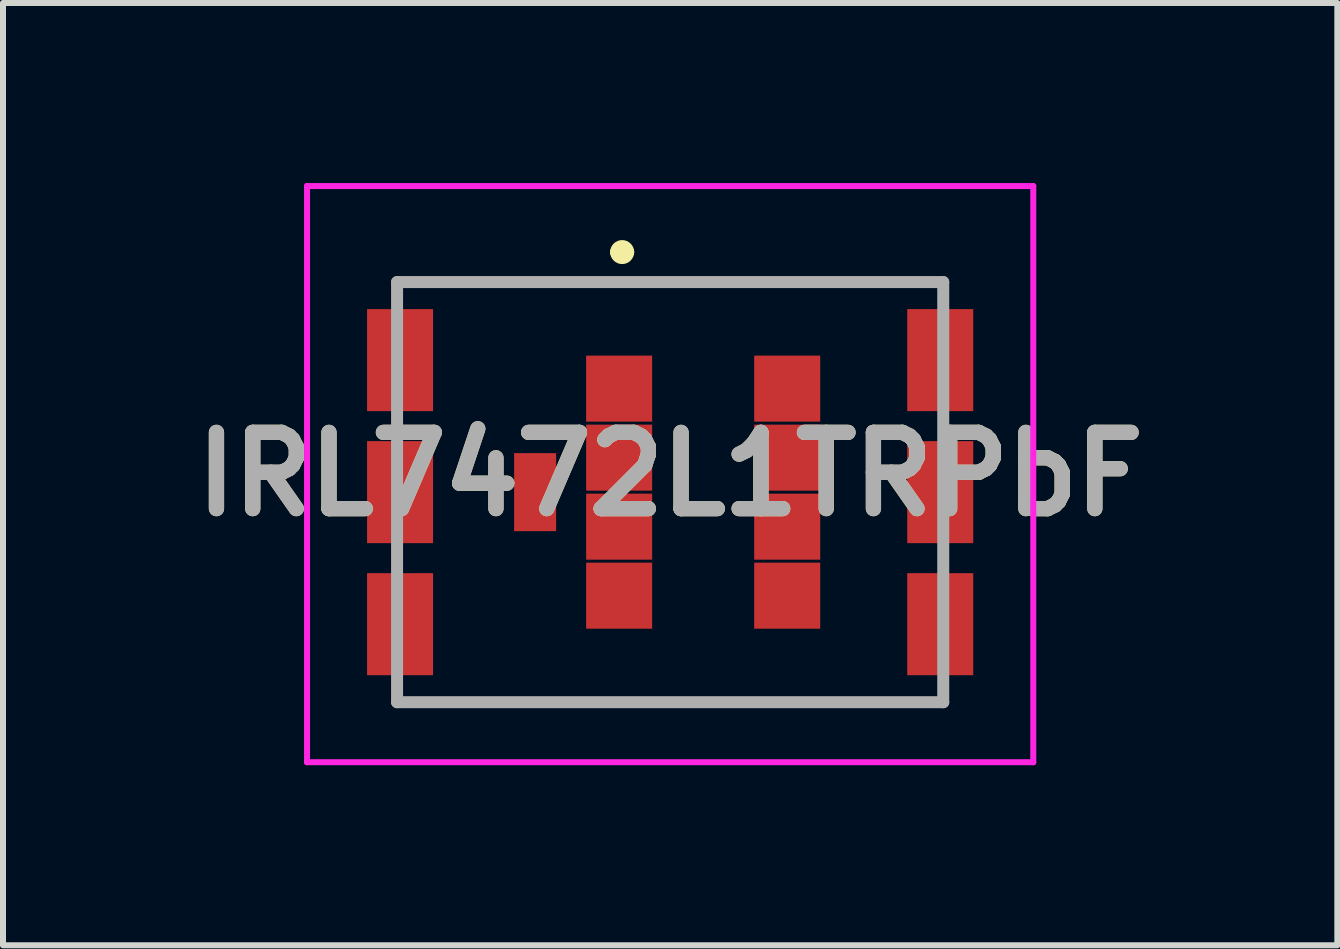
<source format=kicad_pcb>
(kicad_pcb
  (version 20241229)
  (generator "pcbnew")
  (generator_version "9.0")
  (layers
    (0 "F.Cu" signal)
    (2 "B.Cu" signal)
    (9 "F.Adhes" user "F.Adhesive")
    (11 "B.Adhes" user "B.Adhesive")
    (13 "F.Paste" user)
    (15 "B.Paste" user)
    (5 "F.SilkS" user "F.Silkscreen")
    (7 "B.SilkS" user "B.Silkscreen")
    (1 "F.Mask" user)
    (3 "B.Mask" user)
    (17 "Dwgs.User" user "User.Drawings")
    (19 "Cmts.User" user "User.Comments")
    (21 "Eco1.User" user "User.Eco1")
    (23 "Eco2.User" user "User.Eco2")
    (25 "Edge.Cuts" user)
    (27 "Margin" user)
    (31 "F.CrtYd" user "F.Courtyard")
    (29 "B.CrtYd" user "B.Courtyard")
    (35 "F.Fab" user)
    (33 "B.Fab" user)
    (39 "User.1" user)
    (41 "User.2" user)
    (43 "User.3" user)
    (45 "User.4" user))
  (footprint "IRL7472L1TRPbF"
    (layer "F.Cu")
    (at 8.116 4.85)
    (property "Reference" "IRL7472L1TRPbF" (at 0 0 0) (layer "F.SilkS") (effects (font (size 1.27 1.27) (thickness 0.254))))
    (attr smd)
    (fp_line (start -4.55 -3.2) (end 4.5 -3.2) (stroke (width 0.1) (type solid)) (layer "F.SilkS"))
    (fp_line (start -4.55 3.8) (end 4.55 3.8) (stroke (width 0.1) (type solid)) (layer "F.SilkS"))
    (fp_line (start -0.9 -3.7) (end -0.9 -3.7) (stroke (width 0.2) (type solid)) (layer "F.SilkS"))
    (fp_line (start -0.7 -3.7) (end -0.7 -3.7) (stroke (width 0.2) (type solid)) (layer "F.SilkS"))
    (fp_arc (start -0.9 -3.7) (mid -0.8 -3.8) (end -0.7 -3.7) (stroke (width 0.2) (type solid)) (layer "F.SilkS"))
    (fp_arc (start -0.7 -3.7) (mid -0.8 -3.6) (end -0.9 -3.7) (stroke (width 0.2) (type solid)) (layer "F.SilkS"))
    (fp_line (start -6.05 -4.8) (end 6.05 -4.8) (stroke (width 0.1) (type solid)) (layer "F.CrtYd"))
    (fp_line (start -6.05 4.8) (end -6.05 -4.8) (stroke (width 0.1) (type solid)) (layer "F.CrtYd"))
    (fp_line (start 6.05 -4.8) (end 6.05 4.8) (stroke (width 0.1) (type solid)) (layer "F.CrtYd"))
    (fp_line (start 6.05 4.8) (end -6.05 4.8) (stroke (width 0.1) (type solid)) (layer "F.CrtYd"))
    (fp_line (start -4.55 -3.2) (end 4.55 -3.2) (stroke (width 0.2) (type solid)) (layer "F.Fab"))
    (fp_line (start -4.55 3.8) (end -4.55 -3.2) (stroke (width 0.2) (type solid)) (layer "F.Fab"))
    (fp_line (start 4.55 -3.2) (end 4.55 3.8) (stroke (width 0.2) (type solid)) (layer "F.Fab"))
    (fp_line (start 4.55 3.8) (end -4.55 3.8) (stroke (width 0.2) (type solid)) (layer "F.Fab"))
    (fp_text user "${REFERENCE}" (at 0 0 0) (layer "F.Fab") (effects (font (size 1.27 1.27) (thickness 0.254))))
    (pad "1" smd rect (at -0.85 -1.425) (size 1.1 1.1) (layers "F.Cu" "F.Mask" "F.Paste"))
    (pad "2" smd rect (at -0.85 -0.275) (size 1.1 1.1) (layers "F.Cu" "F.Mask" "F.Paste"))
    (pad "3" smd rect (at -0.85 0.875) (size 1.1 1.1) (layers "F.Cu" "F.Mask" "F.Paste"))
    (pad "4" smd rect (at -0.85 2.025) (size 1.1 1.1) (layers "F.Cu" "F.Mask" "F.Paste"))
    (pad "5" smd rect (at 1.95 -1.425) (size 1.1 1.1) (layers "F.Cu" "F.Mask" "F.Paste"))
    (pad "6" smd rect (at 1.95 -0.275) (size 1.1 1.1) (layers "F.Cu" "F.Mask" "F.Paste"))
    (pad "7" smd rect (at 1.95 0.875) (size 1.1 1.1) (layers "F.Cu" "F.Mask" "F.Paste"))
    (pad "8" smd rect (at 1.95 2.025) (size 1.1 1.1) (layers "F.Cu" "F.Mask" "F.Paste"))
    (pad "9" smd rect (at -2.25 0.3) (size 0.7 1.3) (layers "F.Cu" "F.Mask" "F.Paste"))
    (pad "10" smd rect (at 4.5 -1.9) (size 1.1 1.7) (layers "F.Cu" "F.Mask" "F.Paste"))
    (pad "11" smd rect (at 4.5 0.3) (size 1.1 1.7) (layers "F.Cu" "F.Mask" "F.Paste"))
    (pad "12" smd rect (at 4.5 2.5) (size 1.1 1.7) (layers "F.Cu" "F.Mask" "F.Paste"))
    (pad "13" smd rect (at -4.5 -1.9) (size 1.1 1.7) (layers "F.Cu" "F.Mask" "F.Paste"))
    (pad "14" smd rect (at -4.5 0.3) (size 1.1 1.7) (layers "F.Cu" "F.Mask" "F.Paste"))
    (pad "15" smd rect (at -4.5 2.5) (size 1.1 1.7) (layers "F.Cu" "F.Mask" "F.Paste")))
  (gr_rect
    (start -3 -3)
    (end 19.232 12.7)
    (stroke (width 0.1) (type default))
    (fill no)
    (layer "Edge.Cuts")))
</source>
